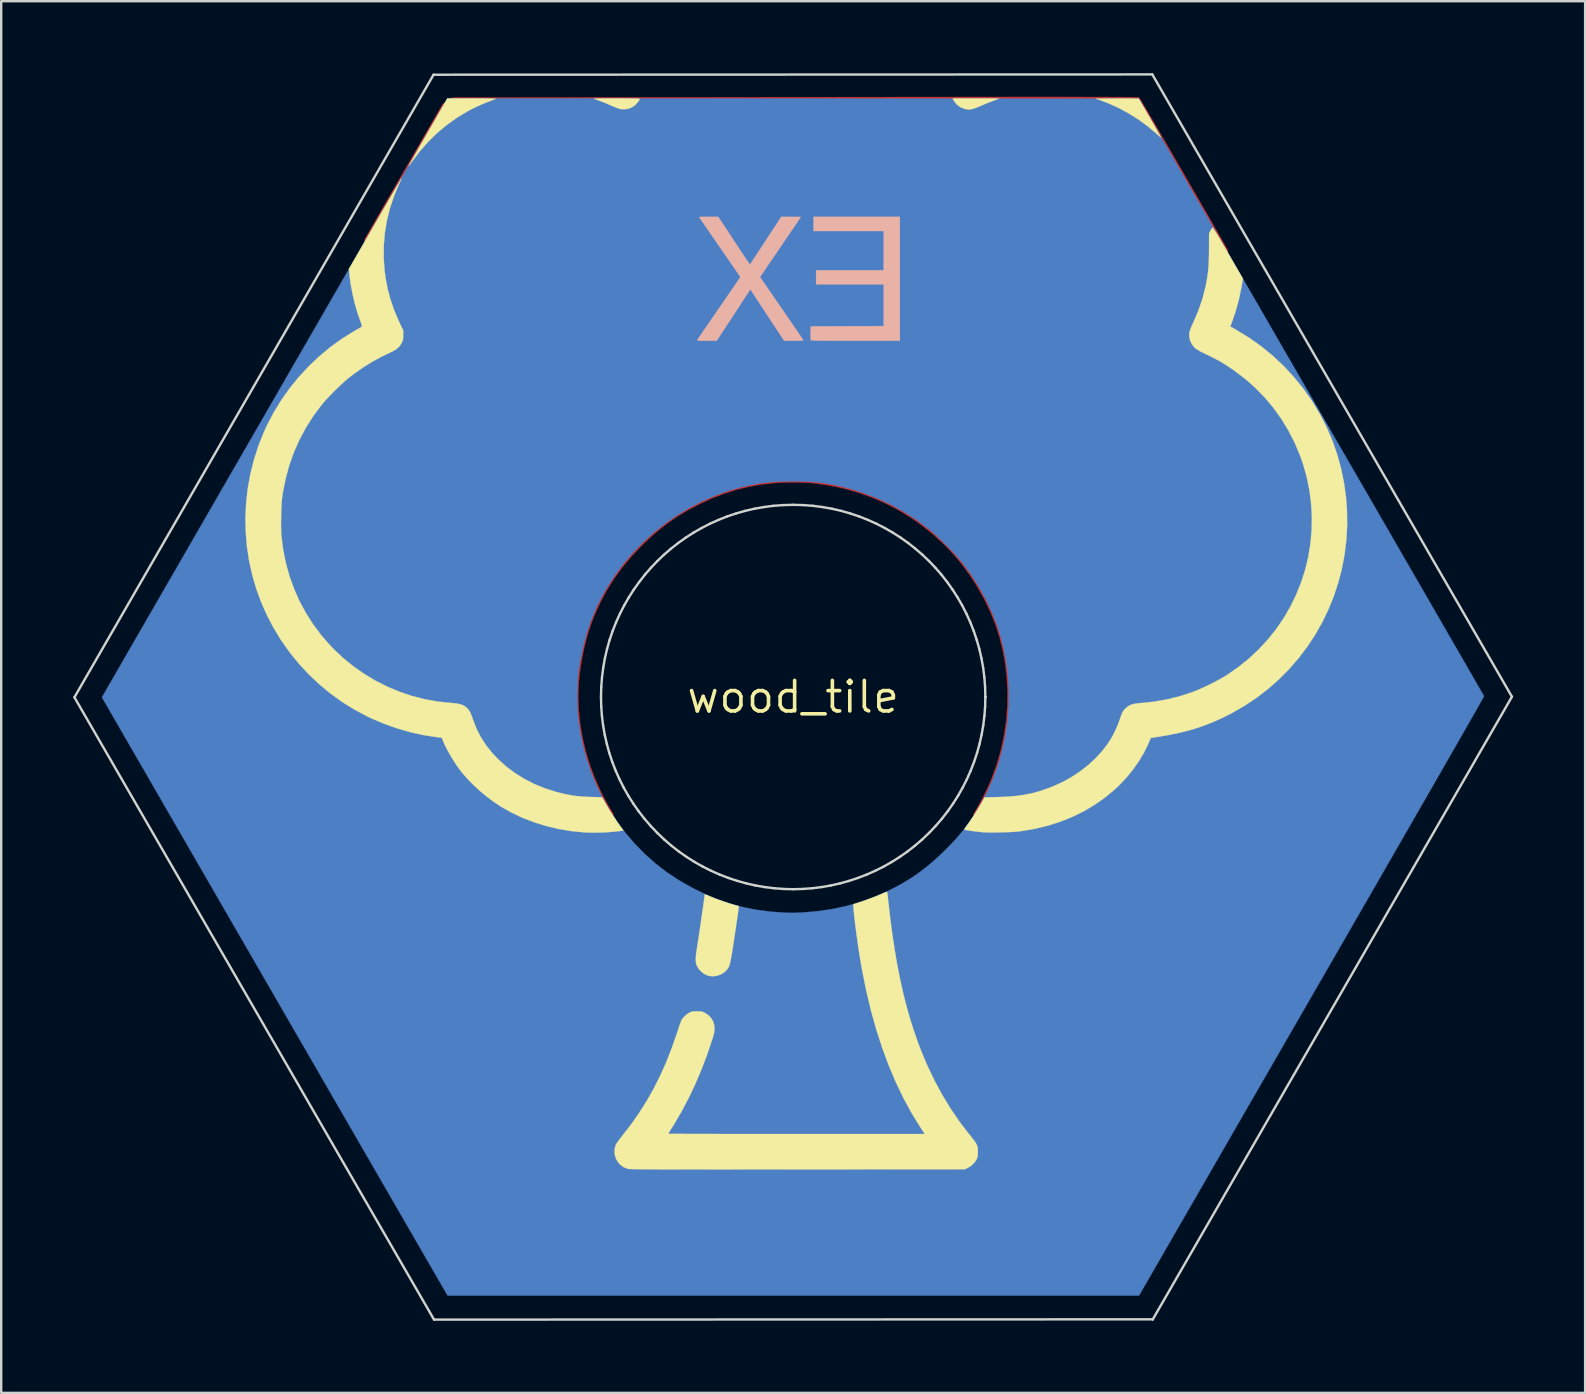
<source format=kicad_pcb>
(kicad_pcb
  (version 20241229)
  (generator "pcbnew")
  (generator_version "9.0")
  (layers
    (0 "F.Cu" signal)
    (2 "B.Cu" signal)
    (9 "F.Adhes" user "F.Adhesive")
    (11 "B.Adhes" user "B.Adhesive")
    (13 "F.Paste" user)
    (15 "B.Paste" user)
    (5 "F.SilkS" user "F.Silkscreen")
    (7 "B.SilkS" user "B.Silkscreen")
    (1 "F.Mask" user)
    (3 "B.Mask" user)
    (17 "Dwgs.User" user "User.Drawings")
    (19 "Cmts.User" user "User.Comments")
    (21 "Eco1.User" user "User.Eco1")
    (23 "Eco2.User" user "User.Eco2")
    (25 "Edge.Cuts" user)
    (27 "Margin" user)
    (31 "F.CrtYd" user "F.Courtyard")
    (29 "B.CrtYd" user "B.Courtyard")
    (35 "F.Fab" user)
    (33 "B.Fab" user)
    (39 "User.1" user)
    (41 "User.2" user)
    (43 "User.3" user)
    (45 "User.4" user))
  (footprint "wood_tile"
    (layer "F.Cu")
    (at 29.99 25.984)
    (property "Reference" "wood_tile" (at 0 0 0) (layer "F.SilkS") (effects (font (size 1.27 1.27) (thickness 0.15))))
    (attr through_hole)
    (fp_poly (pts (xy 10.392 -24.996) (xy 10.858 -24.996) (xy 11.292 -24.995) (xy 11.694 -24.995) (xy 12.065 -24.995) (xy 12.406 -24.994) (xy 12.718 -24.994) (xy 13 -24.993) (xy 13.255 -24.992) (xy 13.482 -24.991) (xy 13.682 -24.99) (xy 13.855 -24.989) (xy 14.003 -24.988) (xy 14.127 -24.987) (xy 14.226 -24.986) (xy 14.301 -24.984) (xy 14.354 -24.983) (xy 14.384 -24.981) (xy 14.393 -24.98) (xy 14.41 -24.957) (xy 14.42 -24.955) (xy 14.433 -24.937) (xy 14.466 -24.884) (xy 14.519 -24.798) (xy 14.589 -24.681) (xy 14.675 -24.535) (xy 14.778 -24.361) (xy 14.895 -24.162) (xy 15.025 -23.94) (xy 15.168 -23.695) (xy 15.322 -23.431) (xy 15.487 -23.149) (xy 15.66 -22.851) (xy 15.841 -22.538) (xy 16.03 -22.213) (xy 16.224 -21.878) (xy 16.277 -21.785) (xy 18.108 -18.616) (xy 18.115 -18.352) (xy 18.109 -17.991) (xy 18.074 -17.606) (xy 18.013 -17.206) (xy 17.927 -16.795) (xy 17.817 -16.38) (xy 17.684 -15.97) (xy 17.53 -15.569) (xy 17.47 -15.428) (xy 17.424 -15.321) (xy 17.387 -15.228) (xy 17.36 -15.155) (xy 17.348 -15.11) (xy 17.348 -15.098) (xy 17.4 -15.077) (xy 17.482 -15.039) (xy 17.587 -14.987) (xy 17.708 -14.925) (xy 17.837 -14.858) (xy 17.969 -14.788) (xy 18.095 -14.719) (xy 18.209 -14.655) (xy 18.299 -14.603) (xy 18.636 -14.392) (xy 18.949 -14.175) (xy 19.248 -13.945) (xy 19.542 -13.693) (xy 19.84 -13.413) (xy 19.95 -13.305) (xy 20.346 -12.882) (xy 20.705 -12.443) (xy 21.03 -11.984) (xy 21.293 -11.556) (xy 21.569 -11.031) (xy 21.807 -10.492) (xy 22.005 -9.939) (xy 22.164 -9.376) (xy 22.284 -8.805) (xy 22.364 -8.227) (xy 22.403 -7.645) (xy 22.403 -7.06) (xy 22.362 -6.476) (xy 22.28 -5.894) (xy 22.158 -5.317) (xy 21.994 -4.745) (xy 21.972 -4.678) (xy 21.766 -4.128) (xy 21.521 -3.592) (xy 21.236 -3.072) (xy 20.911 -2.566) (xy 20.547 -2.074) (xy 20.537 -2.061) (xy 20.44 -1.945) (xy 20.316 -1.808) (xy 20.173 -1.656) (xy 20.017 -1.496) (xy 19.854 -1.333) (xy 19.69 -1.176) (xy 19.533 -1.028) (xy 19.388 -0.898) (xy 19.261 -0.792) (xy 19.246 -0.78) (xy 18.763 -0.421) (xy 18.264 -0.101) (xy 17.749 0.181) (xy 17.217 0.424) (xy 16.667 0.628) (xy 16.099 0.795) (xy 15.512 0.924) (xy 14.906 1.015) (xy 14.573 1.049) (xy 14.404 1.063) (xy 14.333 1.278) (xy 14.19 1.65) (xy 14.006 2.016) (xy 13.785 2.373) (xy 13.53 2.717) (xy 13.243 3.046) (xy 12.926 3.355) (xy 12.583 3.641) (xy 12.537 3.676) (xy 12.122 3.962) (xy 11.682 4.214) (xy 11.219 4.431) (xy 10.731 4.614) (xy 10.219 4.762) (xy 9.682 4.877) (xy 9.377 4.925) (xy 9.26 4.937) (xy 9.11 4.948) (xy 8.935 4.955) (xy 8.744 4.961) (xy 8.545 4.963) (xy 8.346 4.963) (xy 8.156 4.961) (xy 7.982 4.956) (xy 7.833 4.948) (xy 7.716 4.937) (xy 7.705 4.936) (xy 7.619 4.924) (xy 7.55 4.913) (xy 7.508 4.905) (xy 7.499 4.903) (xy 7.508 4.884) (xy 7.534 4.835) (xy 7.576 4.762) (xy 7.629 4.672) (xy 7.665 4.613) (xy 7.783 4.407) (xy 7.907 4.174) (xy 8.03 3.927) (xy 8.146 3.681) (xy 8.247 3.447) (xy 8.272 3.387) (xy 8.482 2.805) (xy 8.652 2.212) (xy 8.782 1.609) (xy 8.871 0.999) (xy 8.92 0.385) (xy 8.928 -0.231) (xy 8.895 -0.846) (xy 8.82 -1.459) (xy 8.739 -1.903) (xy 8.6 -2.472) (xy 8.422 -3.029) (xy 8.203 -3.573) (xy 7.945 -4.106) (xy 7.645 -4.631) (xy 7.577 -4.739) (xy 7.359 -5.072) (xy 7.144 -5.373) (xy 6.926 -5.654) (xy 6.695 -5.924) (xy 6.444 -6.194) (xy 6.299 -6.34) (xy 5.851 -6.756) (xy 5.378 -7.138) (xy 4.881 -7.486) (xy 4.362 -7.8) (xy 3.822 -8.077) (xy 3.264 -8.318) (xy 2.689 -8.522) (xy 2.099 -8.688) (xy 1.495 -8.814) (xy 0.88 -8.901) (xy 0.868 -8.903) (xy 0.697 -8.917) (xy 0.494 -8.928) (xy 0.269 -8.934) (xy 0.033 -8.937) (xy -0.203 -8.936) (xy -0.43 -8.931) (xy -0.637 -8.922) (xy -0.773 -8.913) (xy -1.325 -8.85) (xy -1.856 -8.757) (xy -2.371 -8.632) (xy -2.879 -8.471) (xy -3.385 -8.275) (xy -3.896 -8.04) (xy -3.958 -8.009) (xy -4.407 -7.77) (xy -4.826 -7.517) (xy -5.223 -7.245) (xy -5.606 -6.947) (xy -5.983 -6.619) (xy -6.329 -6.287) (xy -6.747 -5.844) (xy -7.126 -5.389) (xy -7.467 -4.918) (xy -7.772 -4.43) (xy -8.043 -3.922) (xy -8.283 -3.389) (xy -8.395 -3.104) (xy -8.517 -2.746) (xy -8.629 -2.357) (xy -8.727 -1.949) (xy -8.81 -1.531) (xy -8.876 -1.116) (xy -8.921 -0.713) (xy -8.931 -0.589) (xy -8.951 -0.021) (xy -8.931 0.554) (xy -8.871 1.131) (xy -8.772 1.708) (xy -8.635 2.282) (xy -8.462 2.849) (xy -8.252 3.406) (xy -8.007 3.949) (xy -7.727 4.476) (xy -7.622 4.654) (xy -7.559 4.759) (xy -7.515 4.834) (xy -7.49 4.883) (xy -7.479 4.914) (xy -7.482 4.931) (xy -7.495 4.94) (xy -7.501 4.942) (xy -7.534 4.946) (xy -7.603 4.95) (xy -7.7 4.953) (xy -7.819 4.957) (xy -7.954 4.96) (xy -8.097 4.962) (xy -8.242 4.964) (xy -8.381 4.965) (xy -8.509 4.966) (xy -8.617 4.965) (xy -8.701 4.964) (xy -8.751 4.961) (xy -8.752 4.961) (xy -9.03 4.93) (xy -9.275 4.898) (xy -9.496 4.863) (xy -9.703 4.823) (xy -9.905 4.777) (xy -10.111 4.723) (xy -10.192 4.7) (xy -10.682 4.54) (xy -11.15 4.345) (xy -11.595 4.118) (xy -12.015 3.86) (xy -12.408 3.572) (xy -12.772 3.256) (xy -13.105 2.911) (xy -13.248 2.744) (xy -13.441 2.488) (xy -13.624 2.208) (xy -13.791 1.914) (xy -13.935 1.619) (xy -14.05 1.332) (xy -14.063 1.296) (xy -14.101 1.189) (xy -14.131 1.117) (xy -14.155 1.075) (xy -14.175 1.059) (xy -14.181 1.058) (xy -14.214 1.056) (xy -14.281 1.051) (xy -14.374 1.042) (xy -14.483 1.032) (xy -14.539 1.026) (xy -15.137 0.945) (xy -15.722 0.825) (xy -16.293 0.664) (xy -16.85 0.463) (xy -17.392 0.223) (xy -17.455 0.192) (xy -17.978 -0.091) (xy -18.475 -0.406) (xy -18.944 -0.75) (xy -19.384 -1.124) (xy -19.796 -1.524) (xy -20.177 -1.949) (xy -20.528 -2.397) (xy -20.846 -2.866) (xy -21.132 -3.356) (xy -21.384 -3.863) (xy -21.602 -4.387) (xy -21.784 -4.925) (xy -21.93 -5.475) (xy -22.038 -6.037) (xy -22.109 -6.608) (xy -22.141 -7.187) (xy -22.133 -7.772) (xy -22.084 -8.36) (xy -22.023 -8.784) (xy -21.905 -9.357) (xy -21.748 -9.917) (xy -21.553 -10.463) (xy -21.321 -10.993) (xy -21.054 -11.505) (xy -20.754 -11.997) (xy -20.421 -12.467) (xy -20.057 -12.914) (xy -19.664 -13.335) (xy -19.242 -13.729) (xy -18.795 -14.093) (xy -18.322 -14.426) (xy -17.825 -14.727) (xy -17.307 -14.992) (xy -17.272 -15.008) (xy -17.189 -15.046) (xy -17.121 -15.078) (xy -17.077 -15.098) (xy -17.065 -15.103) (xy -17.072 -15.123) (xy -17.093 -15.173) (xy -17.125 -15.248) (xy -17.166 -15.34) (xy -17.179 -15.368) (xy -17.392 -15.886) (xy -17.565 -16.412) (xy -17.699 -16.954) (xy -17.715 -17.029) (xy -17.76 -17.269) (xy -17.795 -17.492) (xy -17.82 -17.708) (xy -17.838 -17.929) (xy -17.848 -18.167) (xy -17.853 -18.432) (xy -17.853 -18.51) (xy -17.854 -19.061) (xy -14.596 -24.708) (xy -14.393 -24.84) (xy -14.189 -24.973) (xy 0.102 -24.988) (xy 1.09 -24.989) (xy 2.037 -24.99) (xy 2.943 -24.991) (xy 3.808 -24.992) (xy 4.634 -24.993) (xy 5.42 -24.994) (xy 6.169 -24.994) (xy 6.88 -24.995) (xy 7.553 -24.995) (xy 8.191 -24.995) (xy 8.793 -24.995) (xy 9.36 -24.996) (xy 9.893 -24.996) (xy 10.392 -24.996)) (stroke (width 0.01) (type solid)) (fill yes) (layer "F.Cu"))
    (fp_poly (pts (xy 3.217 8.434) (xy 3.225 8.494) (xy 3.238 8.584) (xy 3.252 8.699) (xy 3.268 8.833) (xy 3.283 8.958) (xy 3.39 9.817) (xy 3.512 10.639) (xy 3.65 11.425) (xy 3.804 12.176) (xy 3.975 12.894) (xy 4.163 13.581) (xy 4.37 14.238) (xy 4.595 14.868) (xy 4.84 15.473) (xy 5.105 16.053) (xy 5.39 16.61) (xy 5.697 17.148) (xy 6.025 17.666) (xy 6.376 18.167) (xy 6.725 18.621) (xy 6.984 18.944) (xy 0.134 18.944) (xy -0.504 18.944) (xy -1.102 18.944) (xy -1.66 18.944) (xy -2.18 18.944) (xy -2.662 18.944) (xy -3.11 18.944) (xy -3.523 18.944) (xy -3.903 18.943) (xy -4.251 18.943) (xy -4.57 18.943) (xy -4.86 18.942) (xy -5.122 18.942) (xy -5.358 18.941) (xy -5.569 18.94) (xy -5.757 18.939) (xy -5.923 18.938) (xy -6.068 18.937) (xy -6.194 18.936) (xy -6.302 18.934) (xy -6.393 18.933) (xy -6.469 18.931) (xy -6.531 18.929) (xy -6.581 18.927) (xy -6.619 18.924) (xy -6.647 18.922) (xy -6.667 18.919) (xy -6.679 18.916) (xy -6.686 18.913) (xy -6.688 18.91) (xy -6.687 18.906) (xy -6.686 18.904) (xy -6.663 18.874) (xy -6.619 18.817) (xy -6.559 18.742) (xy -6.489 18.654) (xy -6.455 18.613) (xy -6.041 18.067) (xy -5.656 17.495) (xy -5.299 16.896) (xy -4.97 16.268) (xy -4.667 15.609) (xy -4.389 14.917) (xy -4.375 14.88) (xy -4.203 14.393) (xy -4.04 13.883) (xy -3.887 13.347) (xy -3.741 12.784) (xy -3.604 12.191) (xy -3.474 11.565) (xy -3.351 10.906) (xy -3.235 10.209) (xy -3.124 9.473) (xy -3.091 9.239) (xy -3.069 9.078) (xy -3.048 8.928) (xy -3.029 8.796) (xy -3.013 8.687) (xy -3.001 8.607) (xy -2.994 8.561) (xy -2.993 8.554) (xy -2.99 8.536) (xy -2.985 8.523) (xy -2.973 8.516) (xy -2.949 8.516) (xy -2.907 8.525) (xy -2.843 8.542) (xy -2.75 8.569) (xy -2.624 8.607) (xy -2.572 8.622) (xy -1.996 8.772) (xy -1.408 8.882) (xy -0.812 8.952) (xy -0.211 8.983) (xy 0.393 8.975) (xy 0.996 8.927) (xy 1.595 8.84) (xy 2.187 8.714) (xy 2.768 8.549) (xy 2.982 8.477) (xy 3.071 8.447) (xy 3.145 8.425) (xy 3.194 8.412) (xy 3.211 8.411) (xy 3.217 8.434)) (stroke (width 0.01) (type solid)) (fill yes) (layer "F.Mask"))
    (fp_poly (pts (xy -0.003 -24.929) (xy 14.4 -24.924) (xy 17.831 -18.986) (xy 18.132 -18.467) (xy 18.451 -17.914) (xy 18.788 -17.331) (xy 19.14 -16.723) (xy 19.505 -16.092) (xy 19.88 -15.441) (xy 20.265 -14.775) (xy 20.657 -14.097) (xy 21.054 -13.411) (xy 21.454 -12.719) (xy 21.854 -12.026) (xy 22.254 -11.335) (xy 22.65 -10.649) (xy 23.041 -9.973) (xy 23.425 -9.308) (xy 23.8 -8.66) (xy 24.163 -8.032) (xy 24.513 -7.426) (xy 24.848 -6.847) (xy 25.014 -6.56) (xy 25.294 -6.074) (xy 25.57 -5.597) (xy 25.839 -5.131) (xy 26.101 -4.677) (xy 26.356 -4.237) (xy 26.602 -3.81) (xy 26.839 -3.4) (xy 27.066 -3.007) (xy 27.282 -2.632) (xy 27.487 -2.277) (xy 27.68 -1.943) (xy 27.86 -1.631) (xy 28.026 -1.343) (xy 28.177 -1.08) (xy 28.314 -0.844) (xy 28.434 -0.635) (xy 28.537 -0.455) (xy 28.623 -0.306) (xy 28.691 -0.188) (xy 28.74 -0.103) (xy 28.769 -0.052) (xy 28.777 -0.036) (xy 28.768 -0.016) (xy 28.737 0.041) (xy 28.685 0.135) (xy 28.613 0.264) (xy 28.52 0.429) (xy 28.406 0.629) (xy 28.272 0.864) (xy 28.118 1.134) (xy 27.944 1.439) (xy 27.75 1.779) (xy 27.536 2.152) (xy 27.302 2.56) (xy 27.049 3.001) (xy 26.776 3.475) (xy 26.485 3.983) (xy 26.174 4.524) (xy 25.844 5.097) (xy 25.495 5.703) (xy 25.128 6.341) (xy 24.742 7.011) (xy 24.338 7.713) (xy 23.916 8.446) (xy 23.475 9.21) (xy 23.017 10.006) (xy 22.541 10.832) (xy 22.047 11.688) (xy 21.598 12.466) (xy 14.407 24.934) (xy -14.392 24.934) (xy -14.422 24.887) (xy -14.435 24.866) (xy -14.467 24.809) (xy -14.52 24.718) (xy -14.592 24.594) (xy -14.682 24.438) (xy -14.79 24.251) (xy -14.916 24.034) (xy -15.057 23.789) (xy -15.215 23.517) (xy -15.388 23.218) (xy -15.575 22.894) (xy -15.776 22.546) (xy -15.991 22.175) (xy -16.217 21.782) (xy -16.456 21.37) (xy -16.706 20.937) (xy -16.966 20.487) (xy -17.236 20.02) (xy -17.515 19.536) (xy -17.803 19.038) (xy -18.099 18.527) (xy -18.402 18.003) (xy -18.711 17.468) (xy -19.026 16.923) (xy -19.346 16.369) (xy -19.671 15.807) (xy -19.999 15.238) (xy -20.331 14.665) (xy -20.665 14.086) (xy -21.001 13.505) (xy -21.338 12.922) (xy -21.675 12.337) (xy -22.013 11.754) (xy -22.349 11.171) (xy -22.684 10.591) (xy -23.017 10.015) (xy -23.347 9.444) (xy -23.673 8.88) (xy -23.995 8.322) (xy -24.313 7.773) (xy -24.624 7.233) (xy -24.93 6.704) (xy -25.229 6.187) (xy -25.52 5.683) (xy -25.803 5.193) (xy -26.077 4.719) (xy -26.341 4.261) (xy -26.596 3.82) (xy -26.839 3.399) (xy -27.071 2.997) (xy -27.291 2.617) (xy -27.498 2.259) (xy -27.691 1.924) (xy -27.87 1.614) (xy -28.034 1.329) (xy -28.183 1.072) (xy -28.315 0.843) (xy -28.431 0.642) (xy -28.529 0.473) (xy -28.609 0.334) (xy -28.67 0.229) (xy -28.711 0.157) (xy -28.732 0.12) (xy -28.735 0.116) (xy -28.794 0.009) (xy -28.757 -0.054) (xy -8.991 -0.054) (xy -8.991 0.171) (xy -8.986 0.386) (xy -8.978 0.582) (xy -8.966 0.75) (xy -8.965 0.762) (xy -8.887 1.366) (xy -8.771 1.96) (xy -8.617 2.542) (xy -8.426 3.111) (xy -8.2 3.664) (xy -7.94 4.2) (xy -7.647 4.716) (xy -7.322 5.211) (xy -6.968 5.682) (xy -6.584 6.128) (xy -6.172 6.547) (xy -5.734 6.936) (xy -5.27 7.294) (xy -4.781 7.618) (xy -4.699 7.668) (xy -4.177 7.962) (xy -3.659 8.216) (xy -3.141 8.432) (xy -2.617 8.611) (xy -2.084 8.754) (xy -1.536 8.863) (xy -0.969 8.938) (xy -0.379 8.982) (xy -0.116 8.991) (xy -0.045 8.991) (xy 0.058 8.989) (xy 0.182 8.985) (xy 0.316 8.979) (xy 0.413 8.974) (xy 1.044 8.92) (xy 1.658 8.827) (xy 2.256 8.696) (xy 2.841 8.526) (xy 3.413 8.316) (xy 3.975 8.066) (xy 4.085 8.012) (xy 4.516 7.782) (xy 4.919 7.538) (xy 5.301 7.273) (xy 5.672 6.983) (xy 6.038 6.66) (xy 6.252 6.456) (xy 6.504 6.204) (xy 6.726 5.968) (xy 6.925 5.742) (xy 7.108 5.519) (xy 7.186 5.418) (xy 7.528 4.934) (xy 7.834 4.427) (xy 8.106 3.9) (xy 8.342 3.356) (xy 8.542 2.797) (xy 8.705 2.225) (xy 8.831 1.642) (xy 8.919 1.051) (xy 8.97 0.455) (xy 8.982 -0.145) (xy 8.956 -0.745) (xy 8.89 -1.345) (xy 8.784 -1.94) (xy 8.657 -2.463) (xy 8.489 -2.997) (xy 8.28 -3.529) (xy 8.032 -4.054) (xy 7.747 -4.569) (xy 7.426 -5.071) (xy 7.072 -5.557) (xy 6.955 -5.704) (xy 6.852 -5.825) (xy 6.723 -5.967) (xy 6.575 -6.123) (xy 6.415 -6.287) (xy 6.248 -6.452) (xy 6.081 -6.612) (xy 5.922 -6.76) (xy 5.776 -6.89) (xy 5.652 -6.993) (xy 5.151 -7.366) (xy 4.629 -7.703) (xy 4.086 -8.004) (xy 3.524 -8.267) (xy 2.946 -8.492) (xy 2.354 -8.677) (xy 2.106 -8.742) (xy 1.785 -8.816) (xy 1.481 -8.875) (xy 1.185 -8.92) (xy 0.885 -8.952) (xy 0.572 -8.972) (xy 0.235 -8.982) (xy -0.011 -8.983) (xy -0.292 -8.981) (xy -0.541 -8.975) (xy -0.765 -8.964) (xy -0.974 -8.947) (xy -1.176 -8.925) (xy -1.382 -8.897) (xy -1.559 -8.868) (xy -2.136 -8.747) (xy -2.704 -8.586) (xy -3.26 -8.386) (xy -3.803 -8.149) (xy -4.33 -7.876) (xy -4.839 -7.568) (xy -5.329 -7.228) (xy -5.797 -6.857) (xy -6.242 -6.455) (xy -6.66 -6.025) (xy -7.052 -5.569) (xy -7.413 -5.086) (xy -7.743 -4.579) (xy -7.941 -4.235) (xy -8.192 -3.733) (xy -8.411 -3.208) (xy -8.598 -2.658) (xy -8.752 -2.083) (xy -8.876 -1.481) (xy -8.945 -1.032) (xy -8.961 -0.886) (xy -8.973 -0.706) (xy -8.983 -0.502) (xy -8.989 -0.282) (xy -8.991 -0.054) (xy -28.757 -0.054) (xy -21.6 -12.463) (xy -14.406 -24.934) (xy -0.003 -24.929)) (stroke (width 0.01) (type solid)) (fill yes) (layer "B.Cu"))
    (fp_poly (pts (xy 7.81 -24.934) (xy 7.993 -24.934) (xy 8.159 -24.933) (xy 8.302 -24.932) (xy 8.419 -24.93) (xy 8.505 -24.929) (xy 8.557 -24.927) (xy 8.571 -24.926) (xy 8.549 -24.916) (xy 8.494 -24.894) (xy 8.415 -24.864) (xy 8.319 -24.829) (xy 8.291 -24.819) (xy 8.163 -24.771) (xy 8.022 -24.715) (xy 7.888 -24.658) (xy 7.791 -24.616) (xy 7.621 -24.545) (xy 7.472 -24.496) (xy 7.349 -24.472) (xy 7.294 -24.47) (xy 7.249 -24.476) (xy 7.181 -24.49) (xy 7.133 -24.502) (xy 6.973 -24.566) (xy 6.835 -24.665) (xy 6.724 -24.794) (xy 6.681 -24.866) (xy 6.645 -24.934) (xy 7.612 -24.934) (xy 7.81 -24.934)) (stroke (width 0.01) (type solid)) (fill yes) (layer "F.SilkS"))
    (fp_poly (pts (xy 14.018 -24.929) (xy 14.155 -24.928) (xy 14.266 -24.926) (xy 14.345 -24.924) (xy 14.389 -24.92) (xy 14.396 -24.919) (xy 14.412 -24.896) (xy 14.445 -24.841) (xy 14.494 -24.759) (xy 14.555 -24.655) (xy 14.626 -24.533) (xy 14.704 -24.398) (xy 14.787 -24.254) (xy 14.872 -24.106) (xy 14.957 -23.958) (xy 15.039 -23.815) (xy 15.115 -23.681) (xy 15.182 -23.561) (xy 15.239 -23.46) (xy 15.282 -23.381) (xy 15.309 -23.33) (xy 15.318 -23.312) (xy 15.3 -23.322) (xy 15.257 -23.356) (xy 15.197 -23.408) (xy 15.124 -23.473) (xy 15.121 -23.476) (xy 14.766 -23.776) (xy 14.379 -24.058) (xy 13.968 -24.316) (xy 13.54 -24.546) (xy 13.102 -24.743) (xy 12.753 -24.874) (xy 12.605 -24.924) (xy 13.492 -24.929) (xy 13.682 -24.93) (xy 13.859 -24.93) (xy 14.018 -24.929)) (stroke (width 0.01) (type solid)) (fill yes) (layer "F.SilkS"))
    (fp_poly (pts (xy -7.113 -24.934) (xy -6.917 -24.933) (xy -6.757 -24.932) (xy -6.63 -24.93) (xy -6.534 -24.927) (xy -6.465 -24.923) (xy -6.421 -24.919) (xy -6.398 -24.913) (xy -6.392 -24.908) (xy -6.407 -24.868) (xy -6.446 -24.81) (xy -6.501 -24.743) (xy -6.564 -24.677) (xy -6.627 -24.621) (xy -6.654 -24.601) (xy -6.807 -24.523) (xy -6.972 -24.484) (xy -7.141 -24.484) (xy -7.218 -24.498) (xy -7.284 -24.518) (xy -7.376 -24.552) (xy -7.481 -24.594) (xy -7.573 -24.634) (xy -7.697 -24.688) (xy -7.838 -24.747) (xy -7.975 -24.802) (xy -8.05 -24.83) (xy -8.142 -24.864) (xy -8.22 -24.894) (xy -8.274 -24.915) (xy -8.296 -24.926) (xy -8.277 -24.927) (xy -8.22 -24.929) (xy -8.129 -24.931) (xy -8.009 -24.932) (xy -7.862 -24.933) (xy -7.695 -24.934) (xy -7.51 -24.934) (xy -7.348 -24.934) (xy -7.113 -24.934)) (stroke (width 0.01) (type solid)) (fill yes) (layer "F.SilkS"))
    (fp_poly (pts (xy -13.188 -24.934) (xy -13 -24.933) (xy -12.83 -24.931) (xy -12.683 -24.929) (xy -12.562 -24.927) (xy -12.47 -24.924) (xy -12.413 -24.92) (xy -12.394 -24.917) (xy -12.394 -24.917) (xy -12.422 -24.902) (xy -12.48 -24.878) (xy -12.556 -24.85) (xy -12.584 -24.84) (xy -12.769 -24.771) (xy -12.976 -24.685) (xy -13.188 -24.589) (xy -13.392 -24.489) (xy -13.535 -24.414) (xy -13.993 -24.14) (xy -14.424 -23.834) (xy -14.829 -23.497) (xy -15.207 -23.126) (xy -15.562 -22.721) (xy -15.894 -22.282) (xy -15.896 -22.278) (xy -15.947 -22.206) (xy -15.987 -22.154) (xy -16.01 -22.127) (xy -16.014 -22.129) (xy -16.002 -22.154) (xy -15.969 -22.212) (xy -15.919 -22.301) (xy -15.853 -22.418) (xy -15.772 -22.56) (xy -15.679 -22.724) (xy -15.574 -22.907) (xy -15.46 -23.106) (xy -15.338 -23.318) (xy -15.21 -23.54) (xy -15.203 -23.553) (xy -14.406 -24.934) (xy -13.39 -24.934) (xy -13.188 -24.934)) (stroke (width 0.01) (type solid)) (fill yes) (layer "F.SilkS"))
    (fp_poly (pts (xy -3.407 8.33) (xy -3.297 8.374) (xy -3.167 8.423) (xy -3.023 8.474) (xy -2.875 8.526) (xy -2.729 8.575) (xy -2.594 8.618) (xy -2.478 8.654) (xy -2.387 8.679) (xy -2.344 8.689) (xy -2.293 8.705) (xy -2.266 8.724) (xy -2.265 8.728) (xy -2.268 8.76) (xy -2.277 8.829) (xy -2.29 8.93) (xy -2.308 9.057) (xy -2.329 9.205) (xy -2.353 9.369) (xy -2.379 9.544) (xy -2.406 9.725) (xy -2.433 9.907) (xy -2.46 10.085) (xy -2.485 10.253) (xy -2.509 10.406) (xy -2.53 10.54) (xy -2.547 10.649) (xy -2.552 10.675) (xy -2.576 10.814) (xy -2.601 10.944) (xy -2.625 11.057) (xy -2.647 11.147) (xy -2.663 11.204) (xy -2.667 11.212) (xy -2.749 11.349) (xy -2.862 11.462) (xy -2.998 11.549) (xy -3.15 11.607) (xy -3.311 11.633) (xy -3.475 11.623) (xy -3.571 11.599) (xy -3.696 11.54) (xy -3.818 11.45) (xy -3.923 11.34) (xy -3.995 11.231) (xy -4.025 11.163) (xy -4.045 11.091) (xy -4.057 11.01) (xy -4.059 10.914) (xy -4.053 10.797) (xy -4.037 10.654) (xy -4.011 10.478) (xy -3.992 10.355) (xy -3.971 10.222) (xy -3.945 10.054) (xy -3.915 9.858) (xy -3.883 9.641) (xy -3.849 9.41) (xy -3.815 9.171) (xy -3.78 8.932) (xy -3.747 8.699) (xy -3.717 8.48) (xy -3.693 8.305) (xy -3.681 8.217) (xy -3.407 8.33)) (stroke (width 0.01) (type solid)) (fill yes) (layer "F.SilkS"))
    (fp_poly (pts (xy 3.916 8.139) (xy 3.925 8.197) (xy 3.936 8.28) (xy 3.947 8.382) (xy 3.95 8.407) (xy 4.034 9.144) (xy 4.125 9.842) (xy 4.224 10.504) (xy 4.332 11.134) (xy 4.449 11.734) (xy 4.576 12.307) (xy 4.714 12.857) (xy 4.863 13.386) (xy 5.025 13.897) (xy 5.199 14.394) (xy 5.323 14.721) (xy 5.589 15.355) (xy 5.883 15.97) (xy 6.203 16.563) (xy 6.546 17.129) (xy 6.91 17.666) (xy 7.293 18.168) (xy 7.418 18.32) (xy 7.489 18.409) (xy 7.556 18.499) (xy 7.609 18.58) (xy 7.636 18.627) (xy 7.664 18.688) (xy 7.682 18.745) (xy 7.691 18.809) (xy 7.694 18.896) (xy 7.694 18.944) (xy 7.693 19.045) (xy 7.686 19.118) (xy 7.673 19.177) (xy 7.649 19.236) (xy 7.635 19.265) (xy 7.548 19.399) (xy 7.428 19.516) (xy 7.284 19.608) (xy 7.264 19.618) (xy 7.144 19.674) (xy 0.18 19.678) (xy -0.473 19.679) (xy -1.084 19.679) (xy -1.656 19.679) (xy -2.189 19.679) (xy -2.686 19.68) (xy -3.146 19.68) (xy -3.573 19.679) (xy -3.966 19.679) (xy -4.327 19.679) (xy -4.658 19.679) (xy -4.96 19.678) (xy -5.234 19.677) (xy -5.481 19.677) (xy -5.703 19.676) (xy -5.902 19.675) (xy -6.077 19.674) (xy -6.232 19.673) (xy -6.367 19.671) (xy -6.483 19.67) (xy -6.582 19.668) (xy -6.664 19.666) (xy -6.733 19.664) (xy -6.787 19.662) (xy -6.83 19.66) (xy -6.863 19.657) (xy -6.886 19.654) (xy -6.9 19.651) (xy -7.056 19.589) (xy -7.19 19.495) (xy -7.298 19.376) (xy -7.379 19.236) (xy -7.428 19.082) (xy -7.443 18.919) (xy -7.422 18.754) (xy -7.391 18.659) (xy -7.366 18.613) (xy -7.319 18.543) (xy -7.257 18.456) (xy -7.184 18.36) (xy -7.143 18.309) (xy -6.766 17.822) (xy -6.42 17.33) (xy -6.101 16.826) (xy -5.808 16.308) (xy -5.537 15.768) (xy -5.286 15.204) (xy -5.052 14.609) (xy -4.833 13.978) (xy -4.817 13.93) (xy -4.773 13.797) (xy -4.731 13.675) (xy -4.693 13.569) (xy -4.661 13.487) (xy -4.639 13.437) (xy -4.635 13.43) (xy -4.569 13.345) (xy -4.479 13.259) (xy -4.38 13.183) (xy -4.301 13.137) (xy -4.24 13.114) (xy -4.175 13.1) (xy -4.091 13.093) (xy -4 13.092) (xy -3.903 13.093) (xy -3.835 13.098) (xy -3.78 13.11) (xy -3.725 13.133) (xy -3.666 13.164) (xy -3.516 13.267) (xy -3.402 13.392) (xy -3.324 13.54) (xy -3.283 13.707) (xy -3.276 13.811) (xy -3.279 13.882) (xy -3.289 13.957) (xy -3.308 14.044) (xy -3.337 14.153) (xy -3.375 14.277) (xy -3.585 14.902) (xy -3.821 15.52) (xy -4.079 16.125) (xy -4.356 16.71) (xy -4.651 17.269) (xy -4.959 17.795) (xy -5.04 17.925) (xy -5.099 18.018) (xy -5.149 18.097) (xy -5.185 18.157) (xy -5.205 18.19) (xy -5.207 18.195) (xy -5.186 18.196) (xy -5.125 18.196) (xy -5.025 18.197) (xy -4.887 18.198) (xy -4.715 18.198) (xy -4.509 18.199) (xy -4.272 18.2) (xy -4.005 18.2) (xy -3.709 18.201) (xy -3.388 18.201) (xy -3.041 18.202) (xy -2.673 18.202) (xy -2.283 18.202) (xy -1.874 18.203) (xy -1.448 18.203) (xy -1.006 18.203) (xy -0.55 18.203) (xy -0.083 18.203) (xy 0.137 18.203) (xy 5.481 18.203) (xy 5.303 17.932) (xy 4.935 17.334) (xy 4.591 16.702) (xy 4.271 16.035) (xy 3.975 15.335) (xy 3.704 14.601) (xy 3.457 13.835) (xy 3.235 13.037) (xy 3.038 12.206) (xy 2.865 11.344) (xy 2.785 10.88) (xy 2.753 10.677) (xy 2.72 10.465) (xy 2.689 10.247) (xy 2.658 10.027) (xy 2.628 9.81) (xy 2.601 9.599) (xy 2.576 9.398) (xy 2.554 9.213) (xy 2.536 9.046) (xy 2.521 8.902) (xy 2.511 8.786) (xy 2.507 8.7) (xy 2.507 8.649) (xy 2.511 8.638) (xy 2.538 8.625) (xy 2.596 8.603) (xy 2.675 8.577) (xy 2.72 8.563) (xy 2.87 8.515) (xy 3.046 8.453) (xy 3.233 8.384) (xy 3.419 8.313) (xy 3.59 8.243) (xy 3.692 8.199) (xy 3.777 8.162) (xy 3.848 8.134) (xy 3.895 8.118) (xy 3.911 8.116) (xy 3.916 8.139)) (stroke (width 0.01) (type solid)) (fill yes) (layer "F.SilkS"))
    (fp_poly (pts (xy 17.476 -19.549) (xy 17.494 -19.531) (xy 17.522 -19.494) (xy 17.56 -19.437) (xy 17.611 -19.356) (xy 17.675 -19.251) (xy 17.755 -19.117) (xy 17.85 -18.954) (xy 17.964 -18.759) (xy 18.097 -18.529) (xy 18.114 -18.498) (xy 18.735 -17.423) (xy 18.678 -17.099) (xy 18.568 -16.563) (xy 18.426 -16.047) (xy 18.267 -15.586) (xy 18.208 -15.434) (xy 18.464 -15.289) (xy 18.99 -14.967) (xy 19.493 -14.611) (xy 19.971 -14.221) (xy 20.422 -13.798) (xy 20.844 -13.345) (xy 21.238 -12.863) (xy 21.273 -12.816) (xy 21.625 -12.312) (xy 21.94 -11.788) (xy 22.219 -11.244) (xy 22.459 -10.684) (xy 22.661 -10.108) (xy 22.824 -9.517) (xy 22.947 -8.915) (xy 23.031 -8.301) (xy 23.07 -7.751) (xy 23.076 -7.132) (xy 23.041 -6.521) (xy 22.966 -5.918) (xy 22.853 -5.326) (xy 22.701 -4.746) (xy 22.513 -4.179) (xy 22.288 -3.628) (xy 22.029 -3.094) (xy 21.735 -2.579) (xy 21.408 -2.084) (xy 21.049 -1.612) (xy 20.659 -1.163) (xy 20.239 -0.739) (xy 19.789 -0.342) (xy 19.311 0.026) (xy 18.806 0.363) (xy 18.274 0.669) (xy 18.172 0.722) (xy 17.821 0.895) (xy 17.48 1.048) (xy 17.139 1.182) (xy 16.794 1.301) (xy 16.437 1.405) (xy 16.061 1.497) (xy 15.66 1.58) (xy 15.227 1.655) (xy 15.012 1.688) (xy 14.9 1.704) (xy 14.799 1.937) (xy 14.613 2.318) (xy 14.388 2.693) (xy 14.129 3.058) (xy 13.84 3.405) (xy 13.526 3.731) (xy 13.404 3.844) (xy 13 4.18) (xy 12.571 4.483) (xy 12.116 4.753) (xy 11.637 4.989) (xy 11.136 5.191) (xy 10.613 5.358) (xy 10.07 5.49) (xy 9.509 5.586) (xy 9.398 5.6) (xy 9.281 5.611) (xy 9.132 5.621) (xy 8.96 5.629) (xy 8.773 5.636) (xy 8.581 5.64) (xy 8.391 5.642) (xy 8.213 5.642) (xy 8.056 5.639) (xy 7.927 5.634) (xy 7.874 5.63) (xy 7.76 5.619) (xy 7.637 5.604) (xy 7.512 5.589) (xy 7.394 5.572) (xy 7.289 5.557) (xy 7.207 5.543) (xy 7.154 5.532) (xy 7.14 5.528) (xy 7.138 5.503) (xy 7.166 5.45) (xy 7.211 5.387) (xy 7.293 5.275) (xy 7.389 5.135) (xy 7.493 4.98) (xy 7.598 4.818) (xy 7.697 4.659) (xy 7.784 4.515) (xy 7.836 4.424) (xy 7.972 4.18) (xy 8.542 4.168) (xy 8.928 4.152) (xy 9.282 4.122) (xy 9.613 4.076) (xy 9.931 4.012) (xy 10.244 3.928) (xy 10.561 3.822) (xy 10.845 3.713) (xy 11.231 3.536) (xy 11.603 3.329) (xy 11.956 3.095) (xy 12.287 2.837) (xy 12.59 2.558) (xy 12.863 2.262) (xy 13.101 1.952) (xy 13.237 1.741) (xy 13.316 1.601) (xy 13.398 1.436) (xy 13.477 1.262) (xy 13.548 1.092) (xy 13.603 0.942) (xy 13.608 0.924) (xy 13.653 0.791) (xy 13.692 0.69) (xy 13.732 0.612) (xy 13.777 0.547) (xy 13.831 0.487) (xy 13.847 0.472) (xy 13.932 0.399) (xy 14.022 0.344) (xy 14.125 0.304) (xy 14.251 0.277) (xy 14.407 0.258) (xy 14.459 0.254) (xy 15.024 0.194) (xy 15.568 0.1) (xy 16.095 -0.03) (xy 16.608 -0.196) (xy 16.658 -0.214) (xy 16.833 -0.284) (xy 17.032 -0.371) (xy 17.245 -0.471) (xy 17.462 -0.578) (xy 17.672 -0.688) (xy 17.865 -0.794) (xy 18.032 -0.893) (xy 18.066 -0.915) (xy 18.537 -1.241) (xy 18.978 -1.597) (xy 19.39 -1.981) (xy 19.77 -2.392) (xy 20.118 -2.827) (xy 20.432 -3.286) (xy 20.712 -3.766) (xy 20.956 -4.266) (xy 21.163 -4.785) (xy 21.333 -5.321) (xy 21.454 -5.826) (xy 21.545 -6.379) (xy 21.596 -6.936) (xy 21.606 -7.496) (xy 21.575 -8.054) (xy 21.505 -8.608) (xy 21.394 -9.155) (xy 21.244 -9.691) (xy 21.109 -10.075) (xy 20.885 -10.604) (xy 20.625 -11.109) (xy 20.331 -11.59) (xy 20.004 -12.046) (xy 19.644 -12.475) (xy 19.252 -12.877) (xy 18.829 -13.251) (xy 18.376 -13.596) (xy 18.235 -13.693) (xy 18.085 -13.792) (xy 17.95 -13.878) (xy 17.823 -13.955) (xy 17.692 -14.029) (xy 17.55 -14.104) (xy 17.387 -14.187) (xy 17.207 -14.274) (xy 17.058 -14.348) (xy 16.942 -14.407) (xy 16.854 -14.457) (xy 16.788 -14.499) (xy 16.739 -14.537) (xy 16.708 -14.566) (xy 16.602 -14.705) (xy 16.531 -14.859) (xy 16.499 -15.021) (xy 16.506 -15.185) (xy 16.509 -15.2) (xy 16.527 -15.264) (xy 16.56 -15.355) (xy 16.603 -15.462) (xy 16.653 -15.574) (xy 16.667 -15.603) (xy 16.878 -16.093) (xy 17.047 -16.584) (xy 17.174 -17.076) (xy 17.197 -17.189) (xy 17.232 -17.376) (xy 17.26 -17.549) (xy 17.282 -17.717) (xy 17.298 -17.887) (xy 17.309 -18.069) (xy 17.317 -18.271) (xy 17.321 -18.501) (xy 17.322 -18.669) (xy 17.325 -19.315) (xy 17.381 -19.422) (xy 17.417 -19.485) (xy 17.45 -19.533) (xy 17.466 -19.551) (xy 17.476 -19.549)) (stroke (width 0.01) (type solid)) (fill yes) (layer "F.SilkS"))
    (fp_poly (pts (xy -16.32 -21.589) (xy -16.335 -21.549) (xy -16.363 -21.482) (xy -16.402 -21.397) (xy -16.411 -21.378) (xy -16.623 -20.878) (xy -16.793 -20.371) (xy -16.922 -19.857) (xy -17.009 -19.337) (xy -17.054 -18.811) (xy -17.057 -18.281) (xy -17.018 -17.747) (xy -16.974 -17.42) (xy -16.89 -16.99) (xy -16.777 -16.567) (xy -16.632 -16.143) (xy -16.452 -15.711) (xy -16.376 -15.547) (xy -16.245 -15.272) (xy -16.246 -15.071) (xy -16.247 -14.971) (xy -16.253 -14.9) (xy -16.266 -14.844) (xy -16.288 -14.788) (xy -16.306 -14.753) (xy -16.371 -14.647) (xy -16.45 -14.557) (xy -16.551 -14.476) (xy -16.681 -14.4) (xy -16.831 -14.328) (xy -17.186 -14.158) (xy -17.549 -13.957) (xy -17.912 -13.731) (xy -18.262 -13.487) (xy -18.495 -13.309) (xy -18.635 -13.192) (xy -18.793 -13.051) (xy -18.961 -12.892) (xy -19.131 -12.725) (xy -19.296 -12.557) (xy -19.448 -12.395) (xy -19.579 -12.246) (xy -19.65 -12.16) (xy -19.995 -11.696) (xy -20.3 -11.215) (xy -20.567 -10.716) (xy -20.796 -10.2) (xy -20.986 -9.665) (xy -21.138 -9.112) (xy -21.253 -8.541) (xy -21.285 -8.329) (xy -21.299 -8.202) (xy -21.31 -8.041) (xy -21.32 -7.856) (xy -21.327 -7.655) (xy -21.331 -7.448) (xy -21.333 -7.244) (xy -21.332 -7.051) (xy -21.327 -6.879) (xy -21.319 -6.737) (xy -21.317 -6.71) (xy -21.244 -6.136) (xy -21.132 -5.576) (xy -20.98 -5.031) (xy -20.79 -4.502) (xy -20.562 -3.99) (xy -20.297 -3.498) (xy -19.995 -3.025) (xy -19.657 -2.573) (xy -19.282 -2.143) (xy -19.139 -1.994) (xy -18.739 -1.618) (xy -18.313 -1.273) (xy -17.864 -0.959) (xy -17.394 -0.678) (xy -16.906 -0.431) (xy -16.404 -0.22) (xy -15.89 -0.046) (xy -15.367 0.089) (xy -14.838 0.185) (xy -14.402 0.233) (xy -14.215 0.248) (xy -14.065 0.265) (xy -13.945 0.284) (xy -13.848 0.306) (xy -13.769 0.335) (xy -13.701 0.37) (xy -13.638 0.415) (xy -13.599 0.448) (xy -13.535 0.513) (xy -13.48 0.594) (xy -13.428 0.696) (xy -13.376 0.829) (xy -13.343 0.924) (xy -13.201 1.297) (xy -13.023 1.651) (xy -12.808 1.988) (xy -12.554 2.311) (xy -12.31 2.572) (xy -11.971 2.881) (xy -11.603 3.159) (xy -11.207 3.406) (xy -10.787 3.622) (xy -10.343 3.804) (xy -9.877 3.952) (xy -9.567 4.029) (xy -9.358 4.072) (xy -9.167 4.106) (xy -8.981 4.13) (xy -8.786 4.147) (xy -8.571 4.159) (xy -8.418 4.164) (xy -7.957 4.176) (xy -7.902 4.273) (xy -7.865 4.338) (xy -7.817 4.424) (xy -7.765 4.515) (xy -7.751 4.54) (xy -7.697 4.631) (xy -7.625 4.747) (xy -7.541 4.879) (xy -7.449 5.019) (xy -7.357 5.158) (xy -7.269 5.287) (xy -7.193 5.396) (xy -7.166 5.432) (xy -7.07 5.563) (xy -7.245 5.586) (xy -7.474 5.612) (xy -7.731 5.632) (xy -8.002 5.644) (xy -8.274 5.649) (xy -8.531 5.646) (xy -8.731 5.637) (xy -9.258 5.584) (xy -9.78 5.495) (xy -10.295 5.372) (xy -10.796 5.216) (xy -11.278 5.03) (xy -11.738 4.813) (xy -12.17 4.569) (xy -12.183 4.561) (xy -12.468 4.371) (xy -12.754 4.157) (xy -13.033 3.925) (xy -13.3 3.682) (xy -13.545 3.434) (xy -13.763 3.188) (xy -13.891 3.025) (xy -14.018 2.847) (xy -14.144 2.654) (xy -14.266 2.455) (xy -14.378 2.257) (xy -14.477 2.069) (xy -14.557 1.898) (xy -14.606 1.775) (xy -14.633 1.697) (xy -14.847 1.672) (xy -15.401 1.587) (xy -15.96 1.463) (xy -16.517 1.301) (xy -17.067 1.105) (xy -17.603 0.875) (xy -17.748 0.805) (xy -18.283 0.52) (xy -18.797 0.2) (xy -19.288 -0.154) (xy -19.753 -0.541) (xy -20.192 -0.958) (xy -20.603 -1.403) (xy -20.985 -1.875) (xy -21.335 -2.372) (xy -21.652 -2.893) (xy -21.934 -3.435) (xy -22.152 -3.926) (xy -22.362 -4.499) (xy -22.533 -5.083) (xy -22.664 -5.675) (xy -22.755 -6.274) (xy -22.805 -6.878) (xy -22.817 -7.483) (xy -22.788 -8.088) (xy -22.719 -8.69) (xy -22.611 -9.288) (xy -22.464 -9.878) (xy -22.277 -10.459) (xy -22.05 -11.029) (xy -21.91 -11.336) (xy -21.632 -11.864) (xy -21.318 -12.374) (xy -20.971 -12.864) (xy -20.592 -13.331) (xy -20.183 -13.772) (xy -19.748 -14.185) (xy -19.289 -14.568) (xy -18.808 -14.917) (xy -18.307 -15.23) (xy -18.161 -15.313) (xy -18.082 -15.357) (xy -18.017 -15.395) (xy -17.975 -15.421) (xy -17.965 -15.428) (xy -17.965 -15.454) (xy -17.978 -15.509) (xy -18.002 -15.585) (xy -18.022 -15.638) (xy -18.15 -16.006) (xy -18.263 -16.399) (xy -18.358 -16.801) (xy -18.432 -17.199) (xy -18.481 -17.58) (xy -18.482 -17.59) (xy -18.505 -17.833) (xy -17.425 -19.703) (xy -17.275 -19.962) (xy -17.131 -20.211) (xy -16.994 -20.448) (xy -16.866 -20.669) (xy -16.747 -20.872) (xy -16.64 -21.056) (xy -16.546 -21.217) (xy -16.467 -21.353) (xy -16.403 -21.461) (xy -16.356 -21.54) (xy -16.328 -21.586) (xy -16.32 -21.598) (xy -16.32 -21.589)) (stroke (width 0.01) (type solid)) (fill yes) (layer "F.SilkS"))
    (fp_poly (pts (xy 4.445 -14.838) (xy 2.592 -14.838) (xy 2.26 -14.838) (xy 1.968 -14.838) (xy 1.713 -14.839) (xy 1.494 -14.84) (xy 1.308 -14.841) (xy 1.153 -14.843) (xy 1.025 -14.844) (xy 0.924 -14.847) (xy 0.847 -14.85) (xy 0.791 -14.853) (xy 0.754 -14.857) (xy 0.734 -14.862) (xy 0.729 -14.865) (xy 0.725 -14.896) (xy 0.723 -14.96) (xy 0.723 -15.049) (xy 0.724 -15.152) (xy 0.724 -15.167) (xy 0.73 -15.441) (xy 2.249 -15.447) (xy 3.768 -15.452) (xy 3.768 -17.187) (xy 0.953 -17.187) (xy 0.953 -17.78) (xy 3.768 -17.78) (xy 3.768 -19.41) (xy 0.847 -19.41) (xy 0.847 -20.003) (xy 4.445 -20.003) (xy 4.445 -14.838)) (stroke (width 0.01) (type solid)) (fill yes) (layer "B.SilkS"))
    (fp_poly (pts (xy -2.466 -19.008) (xy -2.345 -18.825) (xy -2.231 -18.652) (xy -2.126 -18.494) (xy -2.032 -18.354) (xy -1.951 -18.234) (xy -1.885 -18.138) (xy -1.836 -18.069) (xy -1.807 -18.031) (xy -1.8 -18.023) (xy -1.786 -18.042) (xy -1.751 -18.093) (xy -1.697 -18.173) (xy -1.627 -18.279) (xy -1.542 -18.408) (xy -1.444 -18.555) (xy -1.337 -18.719) (xy -1.221 -18.896) (xy -1.142 -19.017) (xy -0.497 -20.002) (xy -0.09 -20.002) (xy 0.036 -20.002) (xy 0.146 -20.001) (xy 0.234 -19.999) (xy 0.293 -19.997) (xy 0.317 -19.994) (xy 0.318 -19.994) (xy 0.306 -19.976) (xy 0.272 -19.925) (xy 0.219 -19.845) (xy 0.147 -19.738) (xy 0.059 -19.608) (xy -0.044 -19.457) (xy -0.159 -19.288) (xy -0.285 -19.103) (xy -0.419 -18.906) (xy -0.529 -18.744) (xy -0.669 -18.539) (xy -0.802 -18.344) (xy -0.925 -18.162) (xy -1.038 -17.997) (xy -1.137 -17.85) (xy -1.222 -17.724) (xy -1.29 -17.623) (xy -1.34 -17.549) (xy -1.369 -17.505) (xy -1.376 -17.494) (xy -1.364 -17.475) (xy -1.33 -17.425) (xy -1.276 -17.345) (xy -1.203 -17.238) (xy -1.114 -17.108) (xy -1.01 -16.956) (xy -0.893 -16.786) (xy -0.765 -16.6) (xy -0.627 -16.401) (xy -0.483 -16.191) (xy -0.476 -16.182) (xy -0.331 -15.971) (xy -0.194 -15.771) (xy -0.065 -15.584) (xy 0.052 -15.412) (xy 0.157 -15.258) (xy 0.247 -15.125) (xy 0.321 -15.016) (xy 0.376 -14.933) (xy 0.411 -14.88) (xy 0.423 -14.858) (xy 0.423 -14.858) (xy 0.403 -14.851) (xy 0.345 -14.845) (xy 0.253 -14.841) (xy 0.133 -14.838) (xy 0.024 -14.838) (xy -0.376 -14.838) (xy -1.08 -15.908) (xy -1.784 -16.978) (xy -2.072 -16.538) (xy -2.158 -16.407) (xy -2.261 -16.25) (xy -2.375 -16.075) (xy -2.496 -15.891) (xy -2.617 -15.706) (xy -2.733 -15.529) (xy -2.773 -15.468) (xy -3.186 -14.838) (xy -3.595 -14.838) (xy -3.737 -14.838) (xy -3.841 -14.839) (xy -3.914 -14.842) (xy -3.96 -14.846) (xy -3.985 -14.853) (xy -3.993 -14.862) (xy -3.992 -14.872) (xy -3.978 -14.895) (xy -3.942 -14.95) (xy -3.885 -15.034) (xy -3.811 -15.144) (xy -3.72 -15.278) (xy -3.614 -15.432) (xy -3.496 -15.605) (xy -3.367 -15.793) (xy -3.229 -15.993) (xy -3.09 -16.195) (xy -2.946 -16.404) (xy -2.809 -16.602) (xy -2.682 -16.787) (xy -2.565 -16.957) (xy -2.462 -17.109) (xy -2.373 -17.239) (xy -2.3 -17.345) (xy -2.246 -17.425) (xy -2.213 -17.475) (xy -2.201 -17.493) (xy -2.213 -17.512) (xy -2.247 -17.563) (xy -2.301 -17.643) (xy -2.374 -17.749) (xy -2.463 -17.879) (xy -2.567 -18.03) (xy -2.683 -18.199) (xy -2.81 -18.383) (xy -2.946 -18.579) (xy -3.059 -18.742) (xy -3.2 -18.946) (xy -3.334 -19.14) (xy -3.459 -19.322) (xy -3.573 -19.487) (xy -3.674 -19.634) (xy -3.76 -19.759) (xy -3.829 -19.86) (xy -3.879 -19.934) (xy -3.908 -19.979) (xy -3.916 -19.991) (xy -3.896 -19.995) (xy -3.84 -19.998) (xy -3.755 -20) (xy -3.647 -20.002) (xy -3.523 -20.002) (xy -3.517 -20.003) (xy -3.119 -20.003) (xy -2.466 -19.008)) (stroke (width 0.01) (type solid)) (fill yes) (layer "B.SilkS"))
    (fp_line (start -29.94 0.012) (end -14.98 -25.922) (stroke (width 0.1) (type solid)) (layer "Edge.Cuts"))
    (fp_line (start -14.98 -25.922) (end 14.96 -25.934) (stroke (width 0.1) (type solid)) (layer "Edge.Cuts"))
    (fp_line (start -14.96 25.935) (end -29.94 0.012) (stroke (width 0.1) (type solid)) (layer "Edge.Cuts"))
    (fp_line (start -8.005 0.0002) (end -7.995 -0.412) (stroke (width 0.1) (type solid)) (layer "Edge.Cuts"))
    (fp_line (start -7.996 0.397) (end -8.005 0.0002) (stroke (width 0.1) (type solid)) (layer "Edge.Cuts"))
    (fp_line (start -7.995 -0.412) (end -7.964 -0.818) (stroke (width 0.1) (type solid)) (layer "Edge.Cuts"))
    (fp_line (start -7.966 0.791) (end -7.996 0.397) (stroke (width 0.1) (type solid)) (layer "Edge.Cuts"))
    (fp_line (start -7.964 -0.818) (end -7.913 -1.219) (stroke (width 0.1) (type solid)) (layer "Edge.Cuts"))
    (fp_line (start -7.918 1.182) (end -7.966 0.791) (stroke (width 0.1) (type solid)) (layer "Edge.Cuts"))
    (fp_line (start -7.913 -1.219) (end -7.843 -1.613) (stroke (width 0.1) (type solid)) (layer "Edge.Cuts"))
    (fp_line (start -7.85 1.569) (end -7.918 1.182) (stroke (width 0.1) (type solid)) (layer "Edge.Cuts"))
    (fp_line (start -7.843 -1.613) (end -7.753 -2.001) (stroke (width 0.1) (type solid)) (layer "Edge.Cuts"))
    (fp_line (start -7.764 1.952) (end -7.85 1.569) (stroke (width 0.1) (type solid)) (layer "Edge.Cuts"))
    (fp_line (start -7.753 -2.001) (end -7.646 -2.38) (stroke (width 0.1) (type solid)) (layer "Edge.Cuts"))
    (fp_line (start -7.66 2.329) (end -7.764 1.952) (stroke (width 0.1) (type solid)) (layer "Edge.Cuts"))
    (fp_line (start -7.646 -2.38) (end -7.52 -2.752) (stroke (width 0.1) (type solid)) (layer "Edge.Cuts"))
    (fp_line (start -7.537 2.699) (end -7.66 2.329) (stroke (width 0.1) (type solid)) (layer "Edge.Cuts"))
    (fp_line (start -7.52 -2.752) (end -7.376 -3.116) (stroke (width 0.1) (type solid)) (layer "Edge.Cuts"))
    (fp_line (start -7.396 3.064) (end -7.537 2.699) (stroke (width 0.1) (type solid)) (layer "Edge.Cuts"))
    (fp_line (start -7.376 -3.116) (end -7.216 -3.471) (stroke (width 0.1) (type solid)) (layer "Edge.Cuts"))
    (fp_line (start -7.238 3.421) (end -7.396 3.064) (stroke (width 0.1) (type solid)) (layer "Edge.Cuts"))
    (fp_line (start -7.216 -3.471) (end -7.039 -3.816) (stroke (width 0.1) (type solid)) (layer "Edge.Cuts"))
    (fp_line (start -7.062 3.77) (end -7.238 3.421) (stroke (width 0.1) (type solid)) (layer "Edge.Cuts"))
    (fp_line (start -7.039 -3.816) (end -6.846 -4.151) (stroke (width 0.1) (type solid)) (layer "Edge.Cuts"))
    (fp_line (start -6.87 4.11) (end -7.062 3.77) (stroke (width 0.1) (type solid)) (layer "Edge.Cuts"))
    (fp_line (start -6.846 -4.151) (end -6.638 -4.476) (stroke (width 0.1) (type solid)) (layer "Edge.Cuts"))
    (fp_line (start -6.66 4.442) (end -6.87 4.11) (stroke (width 0.1) (type solid)) (layer "Edge.Cuts"))
    (fp_line (start -6.638 -4.476) (end -6.415 -4.79) (stroke (width 0.1) (type solid)) (layer "Edge.Cuts"))
    (fp_line (start -6.435 4.763) (end -6.66 4.442) (stroke (width 0.1) (type solid)) (layer "Edge.Cuts"))
    (fp_line (start -6.415 -4.79) (end -6.178 -5.092) (stroke (width 0.1) (type solid)) (layer "Edge.Cuts"))
    (fp_line (start -6.193 5.074) (end -6.435 4.763) (stroke (width 0.1) (type solid)) (layer "Edge.Cuts"))
    (fp_line (start -6.178 -5.092) (end -5.926 -5.383) (stroke (width 0.1) (type solid)) (layer "Edge.Cuts"))
    (fp_line (start -5.934 5.373) (end -6.193 5.074) (stroke (width 0.1) (type solid)) (layer "Edge.Cuts"))
    (fp_line (start -5.926 -5.383) (end -5.661 -5.661) (stroke (width 0.1) (type solid)) (layer "Edge.Cuts"))
    (fp_line (start -5.661 -5.661) (end -5.383 -5.926) (stroke (width 0.1) (type solid)) (layer "Edge.Cuts"))
    (fp_line (start -5.661 5.661) (end -5.934 5.373) (stroke (width 0.1) (type solid)) (layer "Edge.Cuts"))
    (fp_line (start -5.383 -5.926) (end -5.092 -6.177) (stroke (width 0.1) (type solid)) (layer "Edge.Cuts"))
    (fp_line (start -5.373 5.935) (end -5.661 5.661) (stroke (width 0.1) (type solid)) (layer "Edge.Cuts"))
    (fp_line (start -5.092 -6.177) (end -4.79 -6.415) (stroke (width 0.1) (type solid)) (layer "Edge.Cuts"))
    (fp_line (start -5.074 6.193) (end -5.373 5.935) (stroke (width 0.1) (type solid)) (layer "Edge.Cuts"))
    (fp_line (start -4.79 -6.415) (end -4.476 -6.638) (stroke (width 0.1) (type solid)) (layer "Edge.Cuts"))
    (fp_line (start -4.763 6.435) (end -5.074 6.193) (stroke (width 0.1) (type solid)) (layer "Edge.Cuts"))
    (fp_line (start -4.476 -6.638) (end -4.151 -6.846) (stroke (width 0.1) (type solid)) (layer "Edge.Cuts"))
    (fp_line (start -4.441 6.661) (end -4.763 6.435) (stroke (width 0.1) (type solid)) (layer "Edge.Cuts"))
    (fp_line (start -4.151 -6.846) (end -3.816 -7.039) (stroke (width 0.1) (type solid)) (layer "Edge.Cuts"))
    (fp_line (start -4.11 6.87) (end -4.441 6.661) (stroke (width 0.1) (type solid)) (layer "Edge.Cuts"))
    (fp_line (start -3.816 -7.039) (end -3.471 -7.216) (stroke (width 0.1) (type solid)) (layer "Edge.Cuts"))
    (fp_line (start -3.77 7.063) (end -4.11 6.87) (stroke (width 0.1) (type solid)) (layer "Edge.Cuts"))
    (fp_line (start -3.471 -7.216) (end -3.116 -7.376) (stroke (width 0.1) (type solid)) (layer "Edge.Cuts"))
    (fp_line (start -3.421 7.238) (end -3.77 7.063) (stroke (width 0.1) (type solid)) (layer "Edge.Cuts"))
    (fp_line (start -3.116 -7.376) (end -2.753 -7.52) (stroke (width 0.1) (type solid)) (layer "Edge.Cuts"))
    (fp_line (start -3.064 7.396) (end -3.421 7.238) (stroke (width 0.1) (type solid)) (layer "Edge.Cuts"))
    (fp_line (start -2.753 -7.52) (end -2.381 -7.645) (stroke (width 0.1) (type solid)) (layer "Edge.Cuts"))
    (fp_line (start -2.699 7.537) (end -3.064 7.396) (stroke (width 0.1) (type solid)) (layer "Edge.Cuts"))
    (fp_line (start -2.381 -7.645) (end -2.001 -7.753) (stroke (width 0.1) (type solid)) (layer "Edge.Cuts"))
    (fp_line (start -2.328 7.66) (end -2.699 7.537) (stroke (width 0.1) (type solid)) (layer "Edge.Cuts"))
    (fp_line (start -2.001 -7.753) (end -1.613 -7.843) (stroke (width 0.1) (type solid)) (layer "Edge.Cuts"))
    (fp_line (start -1.951 7.764) (end -2.328 7.66) (stroke (width 0.1) (type solid)) (layer "Edge.Cuts"))
    (fp_line (start -1.613 -7.843) (end -1.219 -7.913) (stroke (width 0.1) (type solid)) (layer "Edge.Cuts"))
    (fp_line (start -1.569 7.851) (end -1.951 7.764) (stroke (width 0.1) (type solid)) (layer "Edge.Cuts"))
    (fp_line (start -1.219 -7.913) (end -0.819 -7.964) (stroke (width 0.1) (type solid)) (layer "Edge.Cuts"))
    (fp_line (start -1.182 7.918) (end -1.569 7.851) (stroke (width 0.1) (type solid)) (layer "Edge.Cuts"))
    (fp_line (start -0.819 -7.964) (end -0.412 -7.995) (stroke (width 0.1) (type solid)) (layer "Edge.Cuts"))
    (fp_line (start -0.791 7.966) (end -1.182 7.918) (stroke (width 0.1) (type solid)) (layer "Edge.Cuts"))
    (fp_line (start -0.412 -7.995) (end 0 -8.005) (stroke (width 0.1) (type solid)) (layer "Edge.Cuts"))
    (fp_line (start -0.397 7.996) (end -0.791 7.966) (stroke (width 0.1) (type solid)) (layer "Edge.Cuts"))
    (fp_line (start 0 -8.005) (end 0.412 -7.995) (stroke (width 0.1) (type solid)) (layer "Edge.Cuts"))
    (fp_line (start 0 8.006) (end -0.397 7.996) (stroke (width 0.1) (type solid)) (layer "Edge.Cuts"))
    (fp_line (start 0.397 7.996) (end 0 8.006) (stroke (width 0.1) (type solid)) (layer "Edge.Cuts"))
    (fp_line (start 0.412 -7.995) (end 0.819 -7.964) (stroke (width 0.1) (type solid)) (layer "Edge.Cuts"))
    (fp_line (start 0.791 7.966) (end 0.397 7.996) (stroke (width 0.1) (type solid)) (layer "Edge.Cuts"))
    (fp_line (start 0.819 -7.964) (end 1.219 -7.913) (stroke (width 0.1) (type solid)) (layer "Edge.Cuts"))
    (fp_line (start 1.182 7.918) (end 0.791 7.966) (stroke (width 0.1) (type solid)) (layer "Edge.Cuts"))
    (fp_line (start 1.219 -7.913) (end 1.613 -7.843) (stroke (width 0.1) (type solid)) (layer "Edge.Cuts"))
    (fp_line (start 1.569 7.851) (end 1.182 7.918) (stroke (width 0.1) (type solid)) (layer "Edge.Cuts"))
    (fp_line (start 1.613 -7.843) (end 2.001 -7.753) (stroke (width 0.1) (type solid)) (layer "Edge.Cuts"))
    (fp_line (start 1.951 7.764) (end 1.569 7.851) (stroke (width 0.1) (type solid)) (layer "Edge.Cuts"))
    (fp_line (start 2.001 -7.753) (end 2.381 -7.645) (stroke (width 0.1) (type solid)) (layer "Edge.Cuts"))
    (fp_line (start 2.328 7.66) (end 1.951 7.764) (stroke (width 0.1) (type solid)) (layer "Edge.Cuts"))
    (fp_line (start 2.381 -7.645) (end 2.753 -7.52) (stroke (width 0.1) (type solid)) (layer "Edge.Cuts"))
    (fp_line (start 2.699 7.537) (end 2.328 7.66) (stroke (width 0.1) (type solid)) (layer "Edge.Cuts"))
    (fp_line (start 2.753 -7.52) (end 3.116 -7.376) (stroke (width 0.1) (type solid)) (layer "Edge.Cuts"))
    (fp_line (start 3.064 7.396) (end 2.699 7.537) (stroke (width 0.1) (type solid)) (layer "Edge.Cuts"))
    (fp_line (start 3.116 -7.376) (end 3.471 -7.216) (stroke (width 0.1) (type solid)) (layer "Edge.Cuts"))
    (fp_line (start 3.421 7.238) (end 3.064 7.396) (stroke (width 0.1) (type solid)) (layer "Edge.Cuts"))
    (fp_line (start 3.471 -7.216) (end 3.816 -7.039) (stroke (width 0.1) (type solid)) (layer "Edge.Cuts"))
    (fp_line (start 3.77 7.063) (end 3.421 7.238) (stroke (width 0.1) (type solid)) (layer "Edge.Cuts"))
    (fp_line (start 3.816 -7.039) (end 4.151 -6.846) (stroke (width 0.1) (type solid)) (layer "Edge.Cuts"))
    (fp_line (start 4.11 6.87) (end 3.77 7.063) (stroke (width 0.1) (type solid)) (layer "Edge.Cuts"))
    (fp_line (start 4.151 -6.846) (end 4.476 -6.638) (stroke (width 0.1) (type solid)) (layer "Edge.Cuts"))
    (fp_line (start 4.441 6.661) (end 4.11 6.87) (stroke (width 0.1) (type solid)) (layer "Edge.Cuts"))
    (fp_line (start 4.476 -6.638) (end 4.79 -6.415) (stroke (width 0.1) (type solid)) (layer "Edge.Cuts"))
    (fp_line (start 4.763 6.435) (end 4.441 6.661) (stroke (width 0.1) (type solid)) (layer "Edge.Cuts"))
    (fp_line (start 4.79 -6.415) (end 5.092 -6.177) (stroke (width 0.1) (type solid)) (layer "Edge.Cuts"))
    (fp_line (start 5.074 6.193) (end 4.763 6.435) (stroke (width 0.1) (type solid)) (layer "Edge.Cuts"))
    (fp_line (start 5.092 -6.177) (end 5.383 -5.926) (stroke (width 0.1) (type solid)) (layer "Edge.Cuts"))
    (fp_line (start 5.373 5.935) (end 5.074 6.193) (stroke (width 0.1) (type solid)) (layer "Edge.Cuts"))
    (fp_line (start 5.383 -5.926) (end 5.661 -5.661) (stroke (width 0.1) (type solid)) (layer "Edge.Cuts"))
    (fp_line (start 5.661 -5.661) (end 5.926 -5.383) (stroke (width 0.1) (type solid)) (layer "Edge.Cuts"))
    (fp_line (start 5.661 5.661) (end 5.373 5.935) (stroke (width 0.1) (type solid)) (layer "Edge.Cuts"))
    (fp_line (start 5.926 -5.383) (end 6.178 -5.092) (stroke (width 0.1) (type solid)) (layer "Edge.Cuts"))
    (fp_line (start 5.934 5.373) (end 5.661 5.661) (stroke (width 0.1) (type solid)) (layer "Edge.Cuts"))
    (fp_line (start 6.178 -5.092) (end 6.415 -4.79) (stroke (width 0.1) (type solid)) (layer "Edge.Cuts"))
    (fp_line (start 6.193 5.074) (end 5.934 5.373) (stroke (width 0.1) (type solid)) (layer "Edge.Cuts"))
    (fp_line (start 6.415 -4.79) (end 6.638 -4.476) (stroke (width 0.1) (type solid)) (layer "Edge.Cuts"))
    (fp_line (start 6.435 4.763) (end 6.193 5.074) (stroke (width 0.1) (type solid)) (layer "Edge.Cuts"))
    (fp_line (start 6.638 -4.476) (end 6.846 -4.151) (stroke (width 0.1) (type solid)) (layer "Edge.Cuts"))
    (fp_line (start 6.66 4.442) (end 6.435 4.763) (stroke (width 0.1) (type solid)) (layer "Edge.Cuts"))
    (fp_line (start 6.846 -4.151) (end 7.039 -3.816) (stroke (width 0.1) (type solid)) (layer "Edge.Cuts"))
    (fp_line (start 6.87 4.11) (end 6.66 4.442) (stroke (width 0.1) (type solid)) (layer "Edge.Cuts"))
    (fp_line (start 7.039 -3.816) (end 7.216 -3.471) (stroke (width 0.1) (type solid)) (layer "Edge.Cuts"))
    (fp_line (start 7.062 3.77) (end 6.87 4.11) (stroke (width 0.1) (type solid)) (layer "Edge.Cuts"))
    (fp_line (start 7.216 -3.471) (end 7.376 -3.116) (stroke (width 0.1) (type solid)) (layer "Edge.Cuts"))
    (fp_line (start 7.238 3.421) (end 7.062 3.77) (stroke (width 0.1) (type solid)) (layer "Edge.Cuts"))
    (fp_line (start 7.376 -3.116) (end 7.52 -2.752) (stroke (width 0.1) (type solid)) (layer "Edge.Cuts"))
    (fp_line (start 7.396 3.064) (end 7.238 3.421) (stroke (width 0.1) (type solid)) (layer "Edge.Cuts"))
    (fp_line (start 7.52 -2.752) (end 7.646 -2.38) (stroke (width 0.1) (type solid)) (layer "Edge.Cuts"))
    (fp_line (start 7.537 2.699) (end 7.396 3.064) (stroke (width 0.1) (type solid)) (layer "Edge.Cuts"))
    (fp_line (start 7.646 -2.38) (end 7.753 -2.001) (stroke (width 0.1) (type solid)) (layer "Edge.Cuts"))
    (fp_line (start 7.66 2.329) (end 7.537 2.699) (stroke (width 0.1) (type solid)) (layer "Edge.Cuts"))
    (fp_line (start 7.753 -2.001) (end 7.843 -1.613) (stroke (width 0.1) (type solid)) (layer "Edge.Cuts"))
    (fp_line (start 7.764 1.952) (end 7.66 2.329) (stroke (width 0.1) (type solid)) (layer "Edge.Cuts"))
    (fp_line (start 7.843 -1.613) (end 7.913 -1.219) (stroke (width 0.1) (type solid)) (layer "Edge.Cuts"))
    (fp_line (start 7.85 1.569) (end 7.764 1.952) (stroke (width 0.1) (type solid)) (layer "Edge.Cuts"))
    (fp_line (start 7.913 -1.219) (end 7.964 -0.818) (stroke (width 0.1) (type solid)) (layer "Edge.Cuts"))
    (fp_line (start 7.918 1.182) (end 7.85 1.569) (stroke (width 0.1) (type solid)) (layer "Edge.Cuts"))
    (fp_line (start 7.964 -0.818) (end 7.995 -0.412) (stroke (width 0.1) (type solid)) (layer "Edge.Cuts"))
    (fp_line (start 7.966 0.791) (end 7.918 1.182) (stroke (width 0.1) (type solid)) (layer "Edge.Cuts"))
    (fp_line (start 7.995 -0.412) (end 8.005 0.0002) (stroke (width 0.1) (type solid)) (layer "Edge.Cuts"))
    (fp_line (start 7.996 0.397) (end 7.966 0.791) (stroke (width 0.1) (type solid)) (layer "Edge.Cuts"))
    (fp_line (start 8.005 0.0002) (end 7.996 0.397) (stroke (width 0.1) (type solid)) (layer "Edge.Cuts"))
    (fp_line (start 8.005 0.0002) (end 8.005 0.0002) (stroke (width 0.1) (type solid)) (layer "Edge.Cuts"))
    (fp_line (start 8.005 0.0002) (end 8.005 0.0002) (stroke (width 0.1) (type solid)) (layer "Edge.Cuts"))
    (fp_line (start 14.96 -25.934) (end 29.94 -0.012) (stroke (width 0.1) (type solid)) (layer "Edge.Cuts"))
    (fp_line (start 14.98 25.923) (end -14.96 25.935) (stroke (width 0.1) (type solid)) (layer "Edge.Cuts"))
    (fp_line (start 14.98 25.923) (end 14.98 25.923) (stroke (width 0.1) (type solid)) (layer "Edge.Cuts"))
    (fp_line (start 29.94 -0.012) (end 14.98 25.923) (stroke (width 0.1) (type solid)) (layer "Edge.Cuts")))
  (gr_rect
    (start -3 -3)
    (end 62.979 54.969)
    (stroke (width 0.1) (type default))
    (fill no)
    (layer "Edge.Cuts")))
</source>
